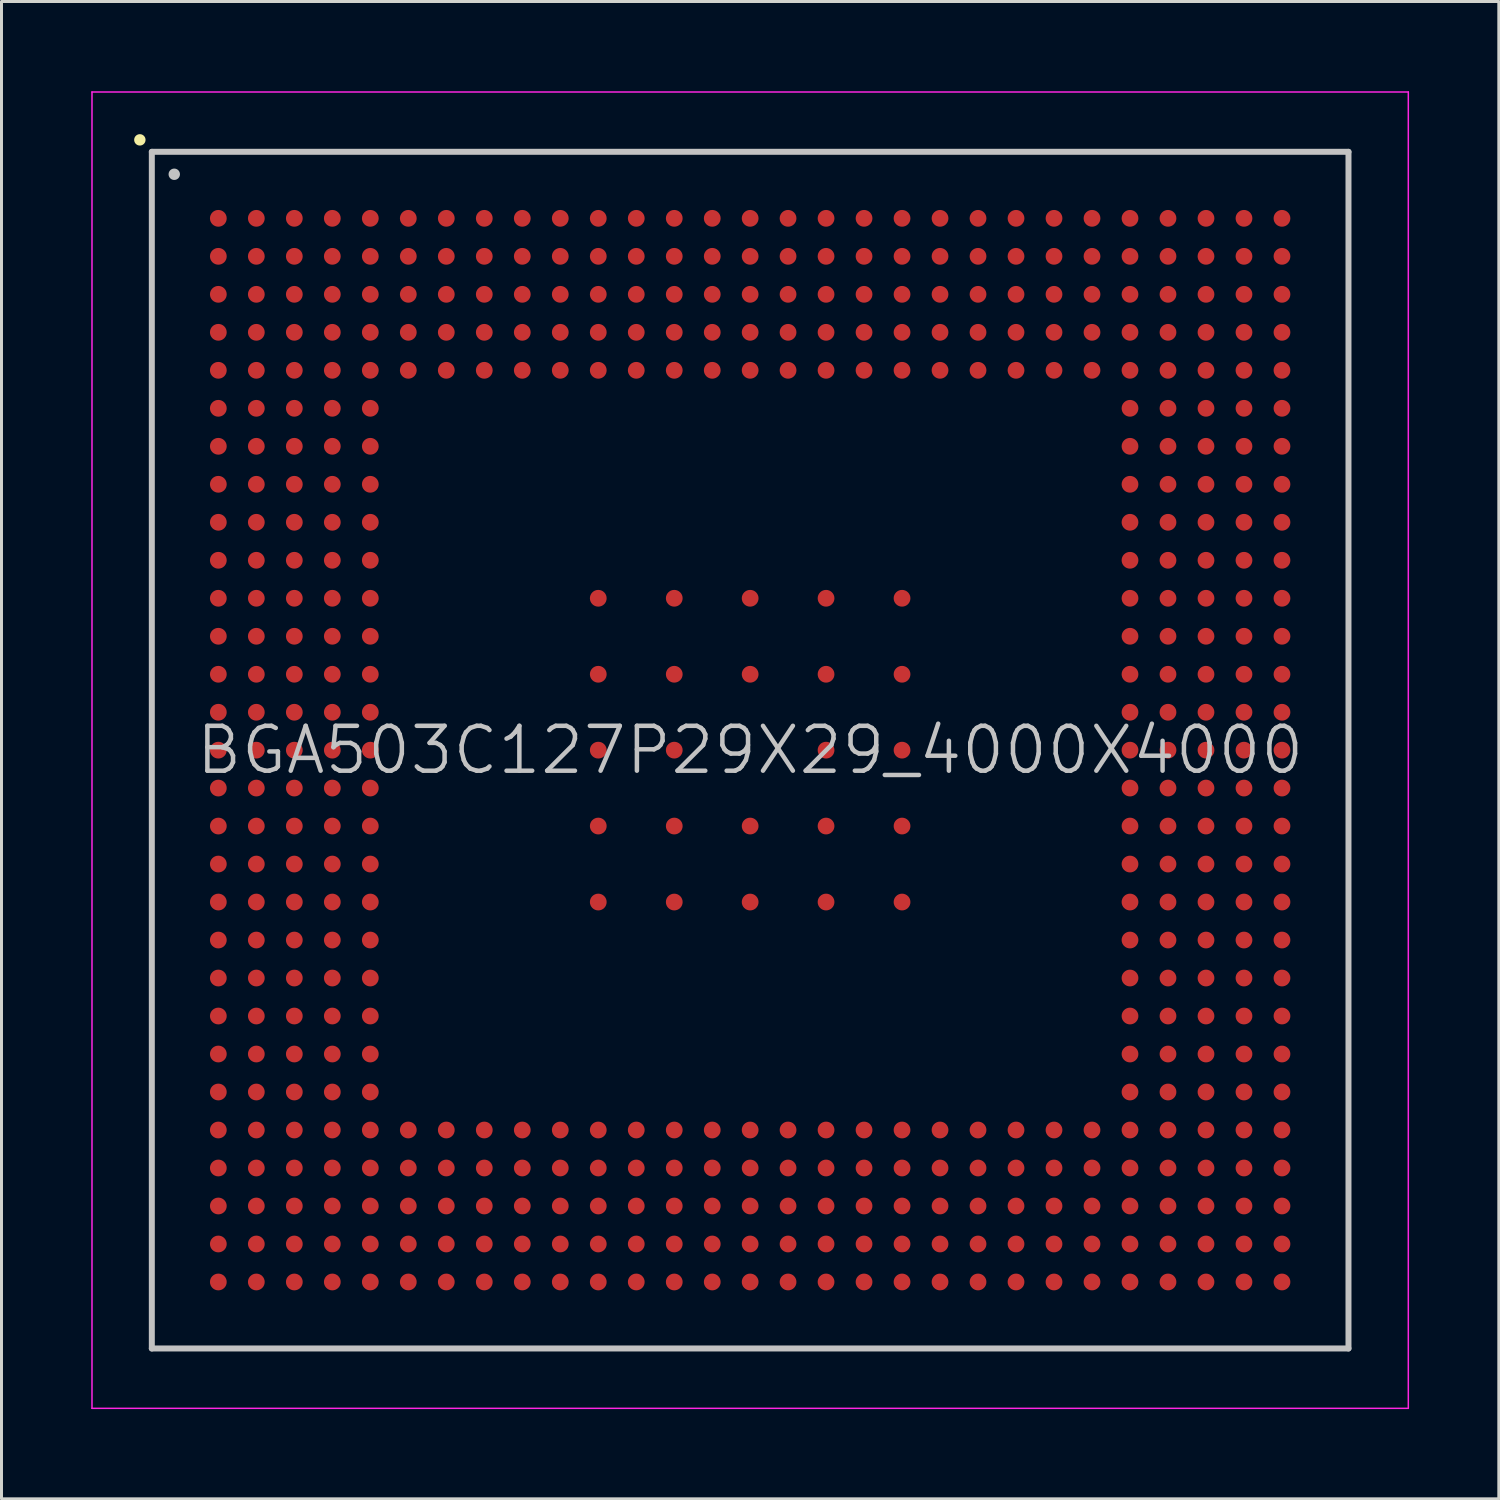
<source format=kicad_pcb>
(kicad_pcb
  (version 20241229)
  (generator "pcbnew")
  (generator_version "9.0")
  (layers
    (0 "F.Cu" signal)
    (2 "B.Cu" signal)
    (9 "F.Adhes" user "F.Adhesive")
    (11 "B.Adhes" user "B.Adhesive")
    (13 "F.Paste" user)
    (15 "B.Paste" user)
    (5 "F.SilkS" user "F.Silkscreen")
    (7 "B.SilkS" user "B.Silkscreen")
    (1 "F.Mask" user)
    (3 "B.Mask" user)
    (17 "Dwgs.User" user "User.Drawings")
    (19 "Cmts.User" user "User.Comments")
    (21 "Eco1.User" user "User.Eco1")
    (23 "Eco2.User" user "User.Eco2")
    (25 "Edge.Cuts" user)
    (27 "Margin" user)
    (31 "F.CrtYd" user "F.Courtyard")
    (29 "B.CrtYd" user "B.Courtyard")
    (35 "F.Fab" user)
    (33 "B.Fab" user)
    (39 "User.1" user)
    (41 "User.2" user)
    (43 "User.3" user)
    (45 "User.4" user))
  (footprint "BGA503C127P29X29_4000X4000"
    (layer "F.Cu")
    (at 22.025 22.025)
    (property "Reference" "BGA503C127P29X29_4000X4000" (at 0 0 0) (layer "Dwgs.User") (effects (font (size 1.5 1.5) (thickness 0.15))))
    (attr smd)
    (fp_line (start -20.4 -20.4) (end -20.4 -20.4) (stroke (width 0.381) (type solid)) (layer "F.SilkS"))
    (fp_line (start -20 -20) (end -20 20) (stroke (width 0.2) (type solid)) (layer "Dwgs.User"))
    (fp_line (start -20 -20) (end 20 -20) (stroke (width 0.2) (type solid)) (layer "Dwgs.User"))
    (fp_line (start -20 20) (end 20 20) (stroke (width 0.2) (type solid)) (layer "Dwgs.User"))
    (fp_line (start -19.25 -19.25) (end -19.25 -19.25) (stroke (width 0.381) (type solid)) (layer "Dwgs.User"))
    (fp_line (start 20 -20) (end 20 20) (stroke (width 0.2) (type solid)) (layer "Dwgs.User"))
    (fp_line (start -22 -22) (end -22 22) (stroke (width 0.05) (type solid)) (layer "F.CrtYd"))
    (fp_line (start -22 -22) (end 22 -22) (stroke (width 0.05) (type solid)) (layer "F.CrtYd"))
    (fp_line (start -22 22) (end 22 22) (stroke (width 0.05) (type solid)) (layer "F.CrtYd"))
    (fp_line (start 22 -22) (end 22 22) (stroke (width 0.05) (type solid)) (layer "F.CrtYd"))
    (pad "A1" smd circle (at -17.777 -17.777 270) (size 0.56 0.56) (layers "F.Cu" "F.Mask" "F.Paste"))
    (pad "A2" smd circle (at -16.507 -17.777 270) (size 0.56 0.56) (layers "F.Cu" "F.Mask" "F.Paste"))
    (pad "A3" smd circle (at -15.237 -17.777 270) (size 0.56 0.56) (layers "F.Cu" "F.Mask" "F.Paste"))
    (pad "A4" smd circle (at -13.967 -17.777 270) (size 0.56 0.56) (layers "F.Cu" "F.Mask" "F.Paste"))
    (pad "A5" smd circle (at -12.697 -17.777 270) (size 0.56 0.56) (layers "F.Cu" "F.Mask" "F.Paste"))
    (pad "A6" smd circle (at -11.427 -17.777 270) (size 0.56 0.56) (layers "F.Cu" "F.Mask" "F.Paste"))
    (pad "A7" smd circle (at -10.157 -17.777 270) (size 0.56 0.56) (layers "F.Cu" "F.Mask" "F.Paste"))
    (pad "A8" smd circle (at -8.887 -17.777 270) (size 0.56 0.56) (layers "F.Cu" "F.Mask" "F.Paste"))
    (pad "A9" smd circle (at -7.617 -17.777 270) (size 0.56 0.56) (layers "F.Cu" "F.Mask" "F.Paste"))
    (pad "A10" smd circle (at -6.347 -17.777 270) (size 0.56 0.56) (layers "F.Cu" "F.Mask" "F.Paste"))
    (pad "A11" smd circle (at -5.077 -17.777 270) (size 0.56 0.56) (layers "F.Cu" "F.Mask" "F.Paste"))
    (pad "A12" smd circle (at -3.807 -17.777 270) (size 0.56 0.56) (layers "F.Cu" "F.Mask" "F.Paste"))
    (pad "A13" smd circle (at -2.537 -17.777 270) (size 0.56 0.56) (layers "F.Cu" "F.Mask" "F.Paste"))
    (pad "A14" smd circle (at -1.267 -17.777 270) (size 0.56 0.56) (layers "F.Cu" "F.Mask" "F.Paste"))
    (pad "A15" smd circle (at 0 -17.777 270) (size 0.56 0.56) (layers "F.Cu" "F.Mask" "F.Paste"))
    (pad "A16" smd circle (at 1.267 -17.777 270) (size 0.56 0.56) (layers "F.Cu" "F.Mask" "F.Paste"))
    (pad "A17" smd circle (at 2.537 -17.777 270) (size 0.56 0.56) (layers "F.Cu" "F.Mask" "F.Paste"))
    (pad "A18" smd circle (at 3.807 -17.777 270) (size 0.56 0.56) (layers "F.Cu" "F.Mask" "F.Paste"))
    (pad "A19" smd circle (at 5.077 -17.777 270) (size 0.56 0.56) (layers "F.Cu" "F.Mask" "F.Paste"))
    (pad "A20" smd circle (at 6.347 -17.777 270) (size 0.56 0.56) (layers "F.Cu" "F.Mask" "F.Paste"))
    (pad "A21" smd circle (at 7.617 -17.777 270) (size 0.56 0.56) (layers "F.Cu" "F.Mask" "F.Paste"))
    (pad "A22" smd circle (at 8.887 -17.777 270) (size 0.56 0.56) (layers "F.Cu" "F.Mask" "F.Paste"))
    (pad "A23" smd circle (at 10.157 -17.777 270) (size 0.56 0.56) (layers "F.Cu" "F.Mask" "F.Paste"))
    (pad "A24" smd circle (at 11.427 -17.777 270) (size 0.56 0.56) (layers "F.Cu" "F.Mask" "F.Paste"))
    (pad "A25" smd circle (at 12.697 -17.777 270) (size 0.56 0.56) (layers "F.Cu" "F.Mask" "F.Paste"))
    (pad "A26" smd circle (at 13.967 -17.777 270) (size 0.56 0.56) (layers "F.Cu" "F.Mask" "F.Paste"))
    (pad "A27" smd circle (at 15.237 -17.777 270) (size 0.56 0.56) (layers "F.Cu" "F.Mask" "F.Paste"))
    (pad "A28" smd circle (at 16.507 -17.777 270) (size 0.56 0.56) (layers "F.Cu" "F.Mask" "F.Paste"))
    (pad "A29" smd circle (at 17.777 -17.777 270) (size 0.56 0.56) (layers "F.Cu" "F.Mask" "F.Paste"))
    (pad "AA1" smd circle (at -17.777 7.617 270) (size 0.56 0.56) (layers "F.Cu" "F.Mask" "F.Paste"))
    (pad "AA2" smd circle (at -16.507 7.617 270) (size 0.56 0.56) (layers "F.Cu" "F.Mask" "F.Paste"))
    (pad "AA3" smd circle (at -15.237 7.617 270) (size 0.56 0.56) (layers "F.Cu" "F.Mask" "F.Paste"))
    (pad "AA4" smd circle (at -13.967 7.617 270) (size 0.56 0.56) (layers "F.Cu" "F.Mask" "F.Paste"))
    (pad "AA5" smd circle (at -12.697 7.617 270) (size 0.56 0.56) (layers "F.Cu" "F.Mask" "F.Paste"))
    (pad "AA25" smd circle (at 12.697 7.617 270) (size 0.56 0.56) (layers "F.Cu" "F.Mask" "F.Paste"))
    (pad "AA26" smd circle (at 13.967 7.617 270) (size 0.56 0.56) (layers "F.Cu" "F.Mask" "F.Paste"))
    (pad "AA27" smd circle (at 15.237 7.617 270) (size 0.56 0.56) (layers "F.Cu" "F.Mask" "F.Paste"))
    (pad "AA28" smd circle (at 16.507 7.617 270) (size 0.56 0.56) (layers "F.Cu" "F.Mask" "F.Paste"))
    (pad "AA29" smd circle (at 17.777 7.617 270) (size 0.56 0.56) (layers "F.Cu" "F.Mask" "F.Paste"))
    (pad "AB1" smd circle (at -17.777 8.887 270) (size 0.56 0.56) (layers "F.Cu" "F.Mask" "F.Paste"))
    (pad "AB2" smd circle (at -16.507 8.887 270) (size 0.56 0.56) (layers "F.Cu" "F.Mask" "F.Paste"))
    (pad "AB3" smd circle (at -15.237 8.887 270) (size 0.56 0.56) (layers "F.Cu" "F.Mask" "F.Paste"))
    (pad "AB4" smd circle (at -13.967 8.887 270) (size 0.56 0.56) (layers "F.Cu" "F.Mask" "F.Paste"))
    (pad "AB5" smd circle (at -12.697 8.887 270) (size 0.56 0.56) (layers "F.Cu" "F.Mask" "F.Paste"))
    (pad "AB25" smd circle (at 12.697 8.887 270) (size 0.56 0.56) (layers "F.Cu" "F.Mask" "F.Paste"))
    (pad "AB26" smd circle (at 13.967 8.887 270) (size 0.56 0.56) (layers "F.Cu" "F.Mask" "F.Paste"))
    (pad "AB27" smd circle (at 15.237 8.887 270) (size 0.56 0.56) (layers "F.Cu" "F.Mask" "F.Paste"))
    (pad "AB28" smd circle (at 16.507 8.887 270) (size 0.56 0.56) (layers "F.Cu" "F.Mask" "F.Paste"))
    (pad "AB29" smd circle (at 17.777 8.887 270) (size 0.56 0.56) (layers "F.Cu" "F.Mask" "F.Paste"))
    (pad "AC1" smd circle (at -17.777 10.157 270) (size 0.56 0.56) (layers "F.Cu" "F.Mask" "F.Paste"))
    (pad "AC2" smd circle (at -16.507 10.157 270) (size 0.56 0.56) (layers "F.Cu" "F.Mask" "F.Paste"))
    (pad "AC3" smd circle (at -15.237 10.157 270) (size 0.56 0.56) (layers "F.Cu" "F.Mask" "F.Paste"))
    (pad "AC4" smd circle (at -13.967 10.157 270) (size 0.56 0.56) (layers "F.Cu" "F.Mask" "F.Paste"))
    (pad "AC5" smd circle (at -12.697 10.157 270) (size 0.56 0.56) (layers "F.Cu" "F.Mask" "F.Paste"))
    (pad "AC25" smd circle (at 12.697 10.157 270) (size 0.56 0.56) (layers "F.Cu" "F.Mask" "F.Paste"))
    (pad "AC26" smd circle (at 13.967 10.157 270) (size 0.56 0.56) (layers "F.Cu" "F.Mask" "F.Paste"))
    (pad "AC27" smd circle (at 15.237 10.157 270) (size 0.56 0.56) (layers "F.Cu" "F.Mask" "F.Paste"))
    (pad "AC28" smd circle (at 16.507 10.157 270) (size 0.56 0.56) (layers "F.Cu" "F.Mask" "F.Paste"))
    (pad "AC29" smd circle (at 17.777 10.157 270) (size 0.56 0.56) (layers "F.Cu" "F.Mask" "F.Paste"))
    (pad "AD1" smd circle (at -17.777 11.427 270) (size 0.56 0.56) (layers "F.Cu" "F.Mask" "F.Paste"))
    (pad "AD2" smd circle (at -16.507 11.427 270) (size 0.56 0.56) (layers "F.Cu" "F.Mask" "F.Paste"))
    (pad "AD3" smd circle (at -15.237 11.427 270) (size 0.56 0.56) (layers "F.Cu" "F.Mask" "F.Paste"))
    (pad "AD4" smd circle (at -13.967 11.427 270) (size 0.56 0.56) (layers "F.Cu" "F.Mask" "F.Paste"))
    (pad "AD5" smd circle (at -12.697 11.427 270) (size 0.56 0.56) (layers "F.Cu" "F.Mask" "F.Paste"))
    (pad "AD25" smd circle (at 12.697 11.427 270) (size 0.56 0.56) (layers "F.Cu" "F.Mask" "F.Paste"))
    (pad "AD26" smd circle (at 13.967 11.427 270) (size 0.56 0.56) (layers "F.Cu" "F.Mask" "F.Paste"))
    (pad "AD27" smd circle (at 15.237 11.427 270) (size 0.56 0.56) (layers "F.Cu" "F.Mask" "F.Paste"))
    (pad "AD28" smd circle (at 16.507 11.427 270) (size 0.56 0.56) (layers "F.Cu" "F.Mask" "F.Paste"))
    (pad "AD29" smd circle (at 17.777 11.427 270) (size 0.56 0.56) (layers "F.Cu" "F.Mask" "F.Paste"))
    (pad "AE1" smd circle (at -17.777 12.697 270) (size 0.56 0.56) (layers "F.Cu" "F.Mask" "F.Paste"))
    (pad "AE2" smd circle (at -16.507 12.697 270) (size 0.56 0.56) (layers "F.Cu" "F.Mask" "F.Paste"))
    (pad "AE3" smd circle (at -15.237 12.697 270) (size 0.56 0.56) (layers "F.Cu" "F.Mask" "F.Paste"))
    (pad "AE4" smd circle (at -13.967 12.697 270) (size 0.56 0.56) (layers "F.Cu" "F.Mask" "F.Paste"))
    (pad "AE5" smd circle (at -12.697 12.697 270) (size 0.56 0.56) (layers "F.Cu" "F.Mask" "F.Paste"))
    (pad "AE6" smd circle (at -11.427 12.697 270) (size 0.56 0.56) (layers "F.Cu" "F.Mask" "F.Paste"))
    (pad "AE7" smd circle (at -10.157 12.697 270) (size 0.56 0.56) (layers "F.Cu" "F.Mask" "F.Paste"))
    (pad "AE8" smd circle (at -8.887 12.697 270) (size 0.56 0.56) (layers "F.Cu" "F.Mask" "F.Paste"))
    (pad "AE9" smd circle (at -7.617 12.697 270) (size 0.56 0.56) (layers "F.Cu" "F.Mask" "F.Paste"))
    (pad "AE10" smd circle (at -6.347 12.697 270) (size 0.56 0.56) (layers "F.Cu" "F.Mask" "F.Paste"))
    (pad "AE11" smd circle (at -5.077 12.697 270) (size 0.56 0.56) (layers "F.Cu" "F.Mask" "F.Paste"))
    (pad "AE12" smd circle (at -3.807 12.697 270) (size 0.56 0.56) (layers "F.Cu" "F.Mask" "F.Paste"))
    (pad "AE13" smd circle (at -2.537 12.697 270) (size 0.56 0.56) (layers "F.Cu" "F.Mask" "F.Paste"))
    (pad "AE14" smd circle (at -1.267 12.697 270) (size 0.56 0.56) (layers "F.Cu" "F.Mask" "F.Paste"))
    (pad "AE15" smd circle (at 0 12.697 270) (size 0.56 0.56) (layers "F.Cu" "F.Mask" "F.Paste"))
    (pad "AE16" smd circle (at 1.267 12.697 270) (size 0.56 0.56) (layers "F.Cu" "F.Mask" "F.Paste"))
    (pad "AE17" smd circle (at 2.537 12.697 270) (size 0.56 0.56) (layers "F.Cu" "F.Mask" "F.Paste"))
    (pad "AE18" smd circle (at 3.807 12.697 270) (size 0.56 0.56) (layers "F.Cu" "F.Mask" "F.Paste"))
    (pad "AE19" smd circle (at 5.077 12.697 270) (size 0.56 0.56) (layers "F.Cu" "F.Mask" "F.Paste"))
    (pad "AE20" smd circle (at 6.347 12.697 270) (size 0.56 0.56) (layers "F.Cu" "F.Mask" "F.Paste"))
    (pad "AE21" smd circle (at 7.617 12.697 270) (size 0.56 0.56) (layers "F.Cu" "F.Mask" "F.Paste"))
    (pad "AE22" smd circle (at 8.887 12.697 270) (size 0.56 0.56) (layers "F.Cu" "F.Mask" "F.Paste"))
    (pad "AE23" smd circle (at 10.157 12.697 270) (size 0.56 0.56) (layers "F.Cu" "F.Mask" "F.Paste"))
    (pad "AE24" smd circle (at 11.427 12.697 270) (size 0.56 0.56) (layers "F.Cu" "F.Mask" "F.Paste"))
    (pad "AE25" smd circle (at 12.697 12.697 270) (size 0.56 0.56) (layers "F.Cu" "F.Mask" "F.Paste"))
    (pad "AE26" smd circle (at 13.967 12.697 270) (size 0.56 0.56) (layers "F.Cu" "F.Mask" "F.Paste"))
    (pad "AE27" smd circle (at 15.237 12.697 270) (size 0.56 0.56) (layers "F.Cu" "F.Mask" "F.Paste"))
    (pad "AE28" smd circle (at 16.507 12.697 270) (size 0.56 0.56) (layers "F.Cu" "F.Mask" "F.Paste"))
    (pad "AE29" smd circle (at 17.777 12.697 270) (size 0.56 0.56) (layers "F.Cu" "F.Mask" "F.Paste"))
    (pad "AF1" smd circle (at -17.777 13.967 270) (size 0.56 0.56) (layers "F.Cu" "F.Mask" "F.Paste"))
    (pad "AF2" smd circle (at -16.507 13.967 270) (size 0.56 0.56) (layers "F.Cu" "F.Mask" "F.Paste"))
    (pad "AF3" smd circle (at -15.237 13.967 270) (size 0.56 0.56) (layers "F.Cu" "F.Mask" "F.Paste"))
    (pad "AF4" smd circle (at -13.967 13.967 270) (size 0.56 0.56) (layers "F.Cu" "F.Mask" "F.Paste"))
    (pad "AF5" smd circle (at -12.697 13.967 270) (size 0.56 0.56) (layers "F.Cu" "F.Mask" "F.Paste"))
    (pad "AF6" smd circle (at -11.427 13.967 270) (size 0.56 0.56) (layers "F.Cu" "F.Mask" "F.Paste"))
    (pad "AF7" smd circle (at -10.157 13.967 270) (size 0.56 0.56) (layers "F.Cu" "F.Mask" "F.Paste"))
    (pad "AF8" smd circle (at -8.887 13.967 270) (size 0.56 0.56) (layers "F.Cu" "F.Mask" "F.Paste"))
    (pad "AF9" smd circle (at -7.617 13.967 270) (size 0.56 0.56) (layers "F.Cu" "F.Mask" "F.Paste"))
    (pad "AF10" smd circle (at -6.347 13.967 270) (size 0.56 0.56) (layers "F.Cu" "F.Mask" "F.Paste"))
    (pad "AF11" smd circle (at -5.077 13.967 270) (size 0.56 0.56) (layers "F.Cu" "F.Mask" "F.Paste"))
    (pad "AF12" smd circle (at -3.807 13.967 270) (size 0.56 0.56) (layers "F.Cu" "F.Mask" "F.Paste"))
    (pad "AF13" smd circle (at -2.537 13.967 270) (size 0.56 0.56) (layers "F.Cu" "F.Mask" "F.Paste"))
    (pad "AF14" smd circle (at -1.267 13.967 270) (size 0.56 0.56) (layers "F.Cu" "F.Mask" "F.Paste"))
    (pad "AF15" smd circle (at 0 13.967 270) (size 0.56 0.56) (layers "F.Cu" "F.Mask" "F.Paste"))
    (pad "AF16" smd circle (at 1.267 13.967 270) (size 0.56 0.56) (layers "F.Cu" "F.Mask" "F.Paste"))
    (pad "AF17" smd circle (at 2.537 13.967 270) (size 0.56 0.56) (layers "F.Cu" "F.Mask" "F.Paste"))
    (pad "AF18" smd circle (at 3.807 13.967 270) (size 0.56 0.56) (layers "F.Cu" "F.Mask" "F.Paste"))
    (pad "AF19" smd circle (at 5.077 13.967 270) (size 0.56 0.56) (layers "F.Cu" "F.Mask" "F.Paste"))
    (pad "AF20" smd circle (at 6.347 13.967 270) (size 0.56 0.56) (layers "F.Cu" "F.Mask" "F.Paste"))
    (pad "AF21" smd circle (at 7.617 13.967 270) (size 0.56 0.56) (layers "F.Cu" "F.Mask" "F.Paste"))
    (pad "AF22" smd circle (at 8.887 13.967 270) (size 0.56 0.56) (layers "F.Cu" "F.Mask" "F.Paste"))
    (pad "AF23" smd circle (at 10.157 13.967 270) (size 0.56 0.56) (layers "F.Cu" "F.Mask" "F.Paste"))
    (pad "AF24" smd circle (at 11.427 13.967 270) (size 0.56 0.56) (layers "F.Cu" "F.Mask" "F.Paste"))
    (pad "AF25" smd circle (at 12.697 13.967 270) (size 0.56 0.56) (layers "F.Cu" "F.Mask" "F.Paste"))
    (pad "AF26" smd circle (at 13.967 13.967 270) (size 0.56 0.56) (layers "F.Cu" "F.Mask" "F.Paste"))
    (pad "AF27" smd circle (at 15.237 13.967 270) (size 0.56 0.56) (layers "F.Cu" "F.Mask" "F.Paste"))
    (pad "AF28" smd circle (at 16.507 13.967 270) (size 0.56 0.56) (layers "F.Cu" "F.Mask" "F.Paste"))
    (pad "AF29" smd circle (at 17.777 13.967 270) (size 0.56 0.56) (layers "F.Cu" "F.Mask" "F.Paste"))
    (pad "AG1" smd circle (at -17.777 15.237 270) (size 0.56 0.56) (layers "F.Cu" "F.Mask" "F.Paste"))
    (pad "AG2" smd circle (at -16.507 15.237 270) (size 0.56 0.56) (layers "F.Cu" "F.Mask" "F.Paste"))
    (pad "AG3" smd circle (at -15.237 15.237 270) (size 0.56 0.56) (layers "F.Cu" "F.Mask" "F.Paste"))
    (pad "AG4" smd circle (at -13.967 15.237 270) (size 0.56 0.56) (layers "F.Cu" "F.Mask" "F.Paste"))
    (pad "AG5" smd circle (at -12.697 15.237 270) (size 0.56 0.56) (layers "F.Cu" "F.Mask" "F.Paste"))
    (pad "AG6" smd circle (at -11.427 15.237 270) (size 0.56 0.56) (layers "F.Cu" "F.Mask" "F.Paste"))
    (pad "AG7" smd circle (at -10.157 15.237 270) (size 0.56 0.56) (layers "F.Cu" "F.Mask" "F.Paste"))
    (pad "AG8" smd circle (at -8.887 15.237 270) (size 0.56 0.56) (layers "F.Cu" "F.Mask" "F.Paste"))
    (pad "AG9" smd circle (at -7.617 15.237 270) (size 0.56 0.56) (layers "F.Cu" "F.Mask" "F.Paste"))
    (pad "AG10" smd circle (at -6.347 15.237 270) (size 0.56 0.56) (layers "F.Cu" "F.Mask" "F.Paste"))
    (pad "AG11" smd circle (at -5.077 15.237 270) (size 0.56 0.56) (layers "F.Cu" "F.Mask" "F.Paste"))
    (pad "AG12" smd circle (at -3.807 15.237 270) (size 0.56 0.56) (layers "F.Cu" "F.Mask" "F.Paste"))
    (pad "AG13" smd circle (at -2.537 15.237 270) (size 0.56 0.56) (layers "F.Cu" "F.Mask" "F.Paste"))
    (pad "AG14" smd circle (at -1.267 15.237 270) (size 0.56 0.56) (layers "F.Cu" "F.Mask" "F.Paste"))
    (pad "AG15" smd circle (at 0 15.237 270) (size 0.56 0.56) (layers "F.Cu" "F.Mask" "F.Paste"))
    (pad "AG16" smd circle (at 1.267 15.237 270) (size 0.56 0.56) (layers "F.Cu" "F.Mask" "F.Paste"))
    (pad "AG17" smd circle (at 2.537 15.237 270) (size 0.56 0.56) (layers "F.Cu" "F.Mask" "F.Paste"))
    (pad "AG18" smd circle (at 3.807 15.237 270) (size 0.56 0.56) (layers "F.Cu" "F.Mask" "F.Paste"))
    (pad "AG19" smd circle (at 5.077 15.237 270) (size 0.56 0.56) (layers "F.Cu" "F.Mask" "F.Paste"))
    (pad "AG20" smd circle (at 6.347 15.237 270) (size 0.56 0.56) (layers "F.Cu" "F.Mask" "F.Paste"))
    (pad "AG21" smd circle (at 7.617 15.237 270) (size 0.56 0.56) (layers "F.Cu" "F.Mask" "F.Paste"))
    (pad "AG22" smd circle (at 8.887 15.237 270) (size 0.56 0.56) (layers "F.Cu" "F.Mask" "F.Paste"))
    (pad "AG23" smd circle (at 10.157 15.237 270) (size 0.56 0.56) (layers "F.Cu" "F.Mask" "F.Paste"))
    (pad "AG24" smd circle (at 11.427 15.237 270) (size 0.56 0.56) (layers "F.Cu" "F.Mask" "F.Paste"))
    (pad "AG25" smd circle (at 12.697 15.237 270) (size 0.56 0.56) (layers "F.Cu" "F.Mask" "F.Paste"))
    (pad "AG26" smd circle (at 13.967 15.237 270) (size 0.56 0.56) (layers "F.Cu" "F.Mask" "F.Paste"))
    (pad "AG27" smd circle (at 15.237 15.237 270) (size 0.56 0.56) (layers "F.Cu" "F.Mask" "F.Paste"))
    (pad "AG28" smd circle (at 16.507 15.237 270) (size 0.56 0.56) (layers "F.Cu" "F.Mask" "F.Paste"))
    (pad "AG29" smd circle (at 17.777 15.237 270) (size 0.56 0.56) (layers "F.Cu" "F.Mask" "F.Paste"))
    (pad "AH1" smd circle (at -17.777 16.507 270) (size 0.56 0.56) (layers "F.Cu" "F.Mask" "F.Paste"))
    (pad "AH2" smd circle (at -16.507 16.507 270) (size 0.56 0.56) (layers "F.Cu" "F.Mask" "F.Paste"))
    (pad "AH3" smd circle (at -15.237 16.507 270) (size 0.56 0.56) (layers "F.Cu" "F.Mask" "F.Paste"))
    (pad "AH4" smd circle (at -13.967 16.507 270) (size 0.56 0.56) (layers "F.Cu" "F.Mask" "F.Paste"))
    (pad "AH5" smd circle (at -12.697 16.507 270) (size 0.56 0.56) (layers "F.Cu" "F.Mask" "F.Paste"))
    (pad "AH6" smd circle (at -11.427 16.507 270) (size 0.56 0.56) (layers "F.Cu" "F.Mask" "F.Paste"))
    (pad "AH7" smd circle (at -10.157 16.507 270) (size 0.56 0.56) (layers "F.Cu" "F.Mask" "F.Paste"))
    (pad "AH8" smd circle (at -8.887 16.507 270) (size 0.56 0.56) (layers "F.Cu" "F.Mask" "F.Paste"))
    (pad "AH9" smd circle (at -7.617 16.507 270) (size 0.56 0.56) (layers "F.Cu" "F.Mask" "F.Paste"))
    (pad "AH10" smd circle (at -6.347 16.507 270) (size 0.56 0.56) (layers "F.Cu" "F.Mask" "F.Paste"))
    (pad "AH11" smd circle (at -5.077 16.507 270) (size 0.56 0.56) (layers "F.Cu" "F.Mask" "F.Paste"))
    (pad "AH12" smd circle (at -3.807 16.507 270) (size 0.56 0.56) (layers "F.Cu" "F.Mask" "F.Paste"))
    (pad "AH13" smd circle (at -2.537 16.507 270) (size 0.56 0.56) (layers "F.Cu" "F.Mask" "F.Paste"))
    (pad "AH14" smd circle (at -1.267 16.507 270) (size 0.56 0.56) (layers "F.Cu" "F.Mask" "F.Paste"))
    (pad "AH15" smd circle (at 0 16.507 270) (size 0.56 0.56) (layers "F.Cu" "F.Mask" "F.Paste"))
    (pad "AH16" smd circle (at 1.267 16.507 270) (size 0.56 0.56) (layers "F.Cu" "F.Mask" "F.Paste"))
    (pad "AH17" smd circle (at 2.537 16.507 270) (size 0.56 0.56) (layers "F.Cu" "F.Mask" "F.Paste"))
    (pad "AH18" smd circle (at 3.807 16.507 270) (size 0.56 0.56) (layers "F.Cu" "F.Mask" "F.Paste"))
    (pad "AH19" smd circle (at 5.077 16.507 270) (size 0.56 0.56) (layers "F.Cu" "F.Mask" "F.Paste"))
    (pad "AH20" smd circle (at 6.347 16.507 270) (size 0.56 0.56) (layers "F.Cu" "F.Mask" "F.Paste"))
    (pad "AH21" smd circle (at 7.617 16.507 270) (size 0.56 0.56) (layers "F.Cu" "F.Mask" "F.Paste"))
    (pad "AH22" smd circle (at 8.887 16.507 270) (size 0.56 0.56) (layers "F.Cu" "F.Mask" "F.Paste"))
    (pad "AH23" smd circle (at 10.157 16.507 270) (size 0.56 0.56) (layers "F.Cu" "F.Mask" "F.Paste"))
    (pad "AH24" smd circle (at 11.427 16.507 270) (size 0.56 0.56) (layers "F.Cu" "F.Mask" "F.Paste"))
    (pad "AH25" smd circle (at 12.697 16.507 270) (size 0.56 0.56) (layers "F.Cu" "F.Mask" "F.Paste"))
    (pad "AH26" smd circle (at 13.967 16.507 270) (size 0.56 0.56) (layers "F.Cu" "F.Mask" "F.Paste"))
    (pad "AH27" smd circle (at 15.237 16.507 270) (size 0.56 0.56) (layers "F.Cu" "F.Mask" "F.Paste"))
    (pad "AH28" smd circle (at 16.507 16.507 270) (size 0.56 0.56) (layers "F.Cu" "F.Mask" "F.Paste"))
    (pad "AH29" smd circle (at 17.777 16.507 270) (size 0.56 0.56) (layers "F.Cu" "F.Mask" "F.Paste"))
    (pad "AJ1" smd circle (at -17.777 17.777 270) (size 0.56 0.56) (layers "F.Cu" "F.Mask" "F.Paste"))
    (pad "AJ2" smd circle (at -16.507 17.777 270) (size 0.56 0.56) (layers "F.Cu" "F.Mask" "F.Paste"))
    (pad "AJ3" smd circle (at -15.237 17.777 270) (size 0.56 0.56) (layers "F.Cu" "F.Mask" "F.Paste"))
    (pad "AJ4" smd circle (at -13.967 17.777 270) (size 0.56 0.56) (layers "F.Cu" "F.Mask" "F.Paste"))
    (pad "AJ5" smd circle (at -12.697 17.777 270) (size 0.56 0.56) (layers "F.Cu" "F.Mask" "F.Paste"))
    (pad "AJ6" smd circle (at -11.427 17.777 270) (size 0.56 0.56) (layers "F.Cu" "F.Mask" "F.Paste"))
    (pad "AJ7" smd circle (at -10.157 17.777 270) (size 0.56 0.56) (layers "F.Cu" "F.Mask" "F.Paste"))
    (pad "AJ8" smd circle (at -8.887 17.777 270) (size 0.56 0.56) (layers "F.Cu" "F.Mask" "F.Paste"))
    (pad "AJ9" smd circle (at -7.617 17.777 270) (size 0.56 0.56) (layers "F.Cu" "F.Mask" "F.Paste"))
    (pad "AJ10" smd circle (at -6.347 17.777 270) (size 0.56 0.56) (layers "F.Cu" "F.Mask" "F.Paste"))
    (pad "AJ11" smd circle (at -5.077 17.777 270) (size 0.56 0.56) (layers "F.Cu" "F.Mask" "F.Paste"))
    (pad "AJ12" smd circle (at -3.807 17.777 270) (size 0.56 0.56) (layers "F.Cu" "F.Mask" "F.Paste"))
    (pad "AJ13" smd circle (at -2.537 17.777 270) (size 0.56 0.56) (layers "F.Cu" "F.Mask" "F.Paste"))
    (pad "AJ14" smd circle (at -1.267 17.777 270) (size 0.56 0.56) (layers "F.Cu" "F.Mask" "F.Paste"))
    (pad "AJ15" smd circle (at 0 17.777 270) (size 0.56 0.56) (layers "F.Cu" "F.Mask" "F.Paste"))
    (pad "AJ16" smd circle (at 1.267 17.777 270) (size 0.56 0.56) (layers "F.Cu" "F.Mask" "F.Paste"))
    (pad "AJ17" smd circle (at 2.537 17.777 270) (size 0.56 0.56) (layers "F.Cu" "F.Mask" "F.Paste"))
    (pad "AJ18" smd circle (at 3.807 17.777 270) (size 0.56 0.56) (layers "F.Cu" "F.Mask" "F.Paste"))
    (pad "AJ19" smd circle (at 5.077 17.777 270) (size 0.56 0.56) (layers "F.Cu" "F.Mask" "F.Paste"))
    (pad "AJ20" smd circle (at 6.347 17.777 270) (size 0.56 0.56) (layers "F.Cu" "F.Mask" "F.Paste"))
    (pad "AJ21" smd circle (at 7.617 17.777 270) (size 0.56 0.56) (layers "F.Cu" "F.Mask" "F.Paste"))
    (pad "AJ22" smd circle (at 8.887 17.777 270) (size 0.56 0.56) (layers "F.Cu" "F.Mask" "F.Paste"))
    (pad "AJ23" smd circle (at 10.157 17.777 270) (size 0.56 0.56) (layers "F.Cu" "F.Mask" "F.Paste"))
    (pad "AJ24" smd circle (at 11.427 17.777 270) (size 0.56 0.56) (layers "F.Cu" "F.Mask" "F.Paste"))
    (pad "AJ25" smd circle (at 12.697 17.777 270) (size 0.56 0.56) (layers "F.Cu" "F.Mask" "F.Paste"))
    (pad "AJ26" smd circle (at 13.967 17.777 270) (size 0.56 0.56) (layers "F.Cu" "F.Mask" "F.Paste"))
    (pad "AJ27" smd circle (at 15.237 17.777 270) (size 0.56 0.56) (layers "F.Cu" "F.Mask" "F.Paste"))
    (pad "AJ28" smd circle (at 16.507 17.777 270) (size 0.56 0.56) (layers "F.Cu" "F.Mask" "F.Paste"))
    (pad "AJ29" smd circle (at 17.777 17.777 270) (size 0.56 0.56) (layers "F.Cu" "F.Mask" "F.Paste"))
    (pad "B1" smd circle (at -17.777 -16.507 270) (size 0.56 0.56) (layers "F.Cu" "F.Mask" "F.Paste"))
    (pad "B2" smd circle (at -16.507 -16.507 270) (size 0.56 0.56) (layers "F.Cu" "F.Mask" "F.Paste"))
    (pad "B3" smd circle (at -15.237 -16.507 270) (size 0.56 0.56) (layers "F.Cu" "F.Mask" "F.Paste"))
    (pad "B4" smd circle (at -13.967 -16.507 270) (size 0.56 0.56) (layers "F.Cu" "F.Mask" "F.Paste"))
    (pad "B5" smd circle (at -12.697 -16.507 270) (size 0.56 0.56) (layers "F.Cu" "F.Mask" "F.Paste"))
    (pad "B6" smd circle (at -11.427 -16.507 270) (size 0.56 0.56) (layers "F.Cu" "F.Mask" "F.Paste"))
    (pad "B7" smd circle (at -10.157 -16.507 270) (size 0.56 0.56) (layers "F.Cu" "F.Mask" "F.Paste"))
    (pad "B8" smd circle (at -8.887 -16.507 270) (size 0.56 0.56) (layers "F.Cu" "F.Mask" "F.Paste"))
    (pad "B9" smd circle (at -7.617 -16.507 270) (size 0.56 0.56) (layers "F.Cu" "F.Mask" "F.Paste"))
    (pad "B10" smd circle (at -6.347 -16.507 270) (size 0.56 0.56) (layers "F.Cu" "F.Mask" "F.Paste"))
    (pad "B11" smd circle (at -5.077 -16.507 270) (size 0.56 0.56) (layers "F.Cu" "F.Mask" "F.Paste"))
    (pad "B12" smd circle (at -3.807 -16.507 270) (size 0.56 0.56) (layers "F.Cu" "F.Mask" "F.Paste"))
    (pad "B13" smd circle (at -2.537 -16.507 270) (size 0.56 0.56) (layers "F.Cu" "F.Mask" "F.Paste"))
    (pad "B14" smd circle (at -1.267 -16.507 270) (size 0.56 0.56) (layers "F.Cu" "F.Mask" "F.Paste"))
    (pad "B15" smd circle (at 0 -16.507 270) (size 0.56 0.56) (layers "F.Cu" "F.Mask" "F.Paste"))
    (pad "B16" smd circle (at 1.267 -16.507 270) (size 0.56 0.56) (layers "F.Cu" "F.Mask" "F.Paste"))
    (pad "B17" smd circle (at 2.537 -16.507 270) (size 0.56 0.56) (layers "F.Cu" "F.Mask" "F.Paste"))
    (pad "B18" smd circle (at 3.807 -16.507 270) (size 0.56 0.56) (layers "F.Cu" "F.Mask" "F.Paste"))
    (pad "B19" smd circle (at 5.077 -16.507 270) (size 0.56 0.56) (layers "F.Cu" "F.Mask" "F.Paste"))
    (pad "B20" smd circle (at 6.347 -16.507 270) (size 0.56 0.56) (layers "F.Cu" "F.Mask" "F.Paste"))
    (pad "B21" smd circle (at 7.617 -16.507 270) (size 0.56 0.56) (layers "F.Cu" "F.Mask" "F.Paste"))
    (pad "B22" smd circle (at 8.887 -16.507 270) (size 0.56 0.56) (layers "F.Cu" "F.Mask" "F.Paste"))
    (pad "B23" smd circle (at 10.157 -16.507 270) (size 0.56 0.56) (layers "F.Cu" "F.Mask" "F.Paste"))
    (pad "B24" smd circle (at 11.427 -16.507 270) (size 0.56 0.56) (layers "F.Cu" "F.Mask" "F.Paste"))
    (pad "B25" smd circle (at 12.697 -16.507 270) (size 0.56 0.56) (layers "F.Cu" "F.Mask" "F.Paste"))
    (pad "B26" smd circle (at 13.967 -16.507 270) (size 0.56 0.56) (layers "F.Cu" "F.Mask" "F.Paste"))
    (pad "B27" smd circle (at 15.237 -16.507 270) (size 0.56 0.56) (layers "F.Cu" "F.Mask" "F.Paste"))
    (pad "B28" smd circle (at 16.507 -16.507 270) (size 0.56 0.56) (layers "F.Cu" "F.Mask" "F.Paste"))
    (pad "B29" smd circle (at 17.777 -16.507 270) (size 0.56 0.56) (layers "F.Cu" "F.Mask" "F.Paste"))
    (pad "C1" smd circle (at -17.777 -15.237 270) (size 0.56 0.56) (layers "F.Cu" "F.Mask" "F.Paste"))
    (pad "C2" smd circle (at -16.507 -15.237 270) (size 0.56 0.56) (layers "F.Cu" "F.Mask" "F.Paste"))
    (pad "C3" smd circle (at -15.237 -15.237 270) (size 0.56 0.56) (layers "F.Cu" "F.Mask" "F.Paste"))
    (pad "C4" smd circle (at -13.967 -15.237 270) (size 0.56 0.56) (layers "F.Cu" "F.Mask" "F.Paste"))
    (pad "C5" smd circle (at -12.697 -15.237 270) (size 0.56 0.56) (layers "F.Cu" "F.Mask" "F.Paste"))
    (pad "C6" smd circle (at -11.427 -15.237 270) (size 0.56 0.56) (layers "F.Cu" "F.Mask" "F.Paste"))
    (pad "C7" smd circle (at -10.157 -15.237 270) (size 0.56 0.56) (layers "F.Cu" "F.Mask" "F.Paste"))
    (pad "C8" smd circle (at -8.887 -15.237 270) (size 0.56 0.56) (layers "F.Cu" "F.Mask" "F.Paste"))
    (pad "C9" smd circle (at -7.617 -15.237 270) (size 0.56 0.56) (layers "F.Cu" "F.Mask" "F.Paste"))
    (pad "C10" smd circle (at -6.347 -15.237 270) (size 0.56 0.56) (layers "F.Cu" "F.Mask" "F.Paste"))
    (pad "C11" smd circle (at -5.077 -15.237 270) (size 0.56 0.56) (layers "F.Cu" "F.Mask" "F.Paste"))
    (pad "C12" smd circle (at -3.807 -15.237 270) (size 0.56 0.56) (layers "F.Cu" "F.Mask" "F.Paste"))
    (pad "C13" smd circle (at -2.537 -15.237 270) (size 0.56 0.56) (layers "F.Cu" "F.Mask" "F.Paste"))
    (pad "C14" smd circle (at -1.267 -15.237 270) (size 0.56 0.56) (layers "F.Cu" "F.Mask" "F.Paste"))
    (pad "C15" smd circle (at 0 -15.237 270) (size 0.56 0.56) (layers "F.Cu" "F.Mask" "F.Paste"))
    (pad "C16" smd circle (at 1.267 -15.237 270) (size 0.56 0.56) (layers "F.Cu" "F.Mask" "F.Paste"))
    (pad "C17" smd circle (at 2.537 -15.237 270) (size 0.56 0.56) (layers "F.Cu" "F.Mask" "F.Paste"))
    (pad "C18" smd circle (at 3.807 -15.237 270) (size 0.56 0.56) (layers "F.Cu" "F.Mask" "F.Paste"))
    (pad "C19" smd circle (at 5.077 -15.237 270) (size 0.56 0.56) (layers "F.Cu" "F.Mask" "F.Paste"))
    (pad "C20" smd circle (at 6.347 -15.237 270) (size 0.56 0.56) (layers "F.Cu" "F.Mask" "F.Paste"))
    (pad "C21" smd circle (at 7.617 -15.237 270) (size 0.56 0.56) (layers "F.Cu" "F.Mask" "F.Paste"))
    (pad "C22" smd circle (at 8.887 -15.237 270) (size 0.56 0.56) (layers "F.Cu" "F.Mask" "F.Paste"))
    (pad "C23" smd circle (at 10.157 -15.237 270) (size 0.56 0.56) (layers "F.Cu" "F.Mask" "F.Paste"))
    (pad "C24" smd circle (at 11.427 -15.237 270) (size 0.56 0.56) (layers "F.Cu" "F.Mask" "F.Paste"))
    (pad "C25" smd circle (at 12.697 -15.237 270) (size 0.56 0.56) (layers "F.Cu" "F.Mask" "F.Paste"))
    (pad "C26" smd circle (at 13.967 -15.237 270) (size 0.56 0.56) (layers "F.Cu" "F.Mask" "F.Paste"))
    (pad "C27" smd circle (at 15.237 -15.237 270) (size 0.56 0.56) (layers "F.Cu" "F.Mask" "F.Paste"))
    (pad "C28" smd circle (at 16.507 -15.237 270) (size 0.56 0.56) (layers "F.Cu" "F.Mask" "F.Paste"))
    (pad "C29" smd circle (at 17.777 -15.237 270) (size 0.56 0.56) (layers "F.Cu" "F.Mask" "F.Paste"))
    (pad "D1" smd circle (at -17.777 -13.967 270) (size 0.56 0.56) (layers "F.Cu" "F.Mask" "F.Paste"))
    (pad "D2" smd circle (at -16.507 -13.967 270) (size 0.56 0.56) (layers "F.Cu" "F.Mask" "F.Paste"))
    (pad "D3" smd circle (at -15.237 -13.967 270) (size 0.56 0.56) (layers "F.Cu" "F.Mask" "F.Paste"))
    (pad "D4" smd circle (at -13.967 -13.967 270) (size 0.56 0.56) (layers "F.Cu" "F.Mask" "F.Paste"))
    (pad "D5" smd circle (at -12.697 -13.967 270) (size 0.56 0.56) (layers "F.Cu" "F.Mask" "F.Paste"))
    (pad "D6" smd circle (at -11.427 -13.967 270) (size 0.56 0.56) (layers "F.Cu" "F.Mask" "F.Paste"))
    (pad "D7" smd circle (at -10.157 -13.967 270) (size 0.56 0.56) (layers "F.Cu" "F.Mask" "F.Paste"))
    (pad "D8" smd circle (at -8.887 -13.967 270) (size 0.56 0.56) (layers "F.Cu" "F.Mask" "F.Paste"))
    (pad "D9" smd circle (at -7.617 -13.967 270) (size 0.56 0.56) (layers "F.Cu" "F.Mask" "F.Paste"))
    (pad "D10" smd circle (at -6.347 -13.967 270) (size 0.56 0.56) (layers "F.Cu" "F.Mask" "F.Paste"))
    (pad "D11" smd circle (at -5.077 -13.967 270) (size 0.56 0.56) (layers "F.Cu" "F.Mask" "F.Paste"))
    (pad "D12" smd circle (at -3.807 -13.967 270) (size 0.56 0.56) (layers "F.Cu" "F.Mask" "F.Paste"))
    (pad "D13" smd circle (at -2.537 -13.967 270) (size 0.56 0.56) (layers "F.Cu" "F.Mask" "F.Paste"))
    (pad "D14" smd circle (at -1.267 -13.967 270) (size 0.56 0.56) (layers "F.Cu" "F.Mask" "F.Paste"))
    (pad "D15" smd circle (at 0 -13.967 270) (size 0.56 0.56) (layers "F.Cu" "F.Mask" "F.Paste"))
    (pad "D16" smd circle (at 1.267 -13.967 270) (size 0.56 0.56) (layers "F.Cu" "F.Mask" "F.Paste"))
    (pad "D17" smd circle (at 2.537 -13.967 270) (size 0.56 0.56) (layers "F.Cu" "F.Mask" "F.Paste"))
    (pad "D18" smd circle (at 3.807 -13.967 270) (size 0.56 0.56) (layers "F.Cu" "F.Mask" "F.Paste"))
    (pad "D19" smd circle (at 5.077 -13.967 270) (size 0.56 0.56) (layers "F.Cu" "F.Mask" "F.Paste"))
    (pad "D20" smd circle (at 6.347 -13.967 270) (size 0.56 0.56) (layers "F.Cu" "F.Mask" "F.Paste"))
    (pad "D21" smd circle (at 7.617 -13.967 270) (size 0.56 0.56) (layers "F.Cu" "F.Mask" "F.Paste"))
    (pad "D22" smd circle (at 8.887 -13.967 270) (size 0.56 0.56) (layers "F.Cu" "F.Mask" "F.Paste"))
    (pad "D23" smd circle (at 10.157 -13.967 270) (size 0.56 0.56) (layers "F.Cu" "F.Mask" "F.Paste"))
    (pad "D24" smd circle (at 11.427 -13.967 270) (size 0.56 0.56) (layers "F.Cu" "F.Mask" "F.Paste"))
    (pad "D25" smd circle (at 12.697 -13.967 270) (size 0.56 0.56) (layers "F.Cu" "F.Mask" "F.Paste"))
    (pad "D26" smd circle (at 13.967 -13.967 270) (size 0.56 0.56) (layers "F.Cu" "F.Mask" "F.Paste"))
    (pad "D27" smd circle (at 15.237 -13.967 270) (size 0.56 0.56) (layers "F.Cu" "F.Mask" "F.Paste"))
    (pad "D28" smd circle (at 16.507 -13.967 270) (size 0.56 0.56) (layers "F.Cu" "F.Mask" "F.Paste"))
    (pad "D29" smd circle (at 17.777 -13.967 270) (size 0.56 0.56) (layers "F.Cu" "F.Mask" "F.Paste"))
    (pad "E1" smd circle (at -17.777 -12.697 270) (size 0.56 0.56) (layers "F.Cu" "F.Mask" "F.Paste"))
    (pad "E2" smd circle (at -16.507 -12.697 270) (size 0.56 0.56) (layers "F.Cu" "F.Mask" "F.Paste"))
    (pad "E3" smd circle (at -15.237 -12.697 270) (size 0.56 0.56) (layers "F.Cu" "F.Mask" "F.Paste"))
    (pad "E4" smd circle (at -13.967 -12.697 270) (size 0.56 0.56) (layers "F.Cu" "F.Mask" "F.Paste"))
    (pad "E5" smd circle (at -12.697 -12.697 270) (size 0.56 0.56) (layers "F.Cu" "F.Mask" "F.Paste"))
    (pad "E6" smd circle (at -11.427 -12.697 270) (size 0.56 0.56) (layers "F.Cu" "F.Mask" "F.Paste"))
    (pad "E7" smd circle (at -10.157 -12.697 270) (size 0.56 0.56) (layers "F.Cu" "F.Mask" "F.Paste"))
    (pad "E8" smd circle (at -8.887 -12.697 270) (size 0.56 0.56) (layers "F.Cu" "F.Mask" "F.Paste"))
    (pad "E9" smd circle (at -7.617 -12.697 270) (size 0.56 0.56) (layers "F.Cu" "F.Mask" "F.Paste"))
    (pad "E10" smd circle (at -6.347 -12.697 270) (size 0.56 0.56) (layers "F.Cu" "F.Mask" "F.Paste"))
    (pad "E11" smd circle (at -5.077 -12.697 270) (size 0.56 0.56) (layers "F.Cu" "F.Mask" "F.Paste"))
    (pad "E12" smd circle (at -3.807 -12.697 270) (size 0.56 0.56) (layers "F.Cu" "F.Mask" "F.Paste"))
    (pad "E13" smd circle (at -2.537 -12.697 270) (size 0.56 0.56) (layers "F.Cu" "F.Mask" "F.Paste"))
    (pad "E14" smd circle (at -1.267 -12.697 270) (size 0.56 0.56) (layers "F.Cu" "F.Mask" "F.Paste"))
    (pad "E15" smd circle (at 0 -12.697 270) (size 0.56 0.56) (layers "F.Cu" "F.Mask" "F.Paste"))
    (pad "E16" smd circle (at 1.267 -12.697 270) (size 0.56 0.56) (layers "F.Cu" "F.Mask" "F.Paste"))
    (pad "E17" smd circle (at 2.537 -12.697 270) (size 0.56 0.56) (layers "F.Cu" "F.Mask" "F.Paste"))
    (pad "E18" smd circle (at 3.807 -12.697 270) (size 0.56 0.56) (layers "F.Cu" "F.Mask" "F.Paste"))
    (pad "E19" smd circle (at 5.077 -12.697 270) (size 0.56 0.56) (layers "F.Cu" "F.Mask" "F.Paste"))
    (pad "E20" smd circle (at 6.347 -12.697 270) (size 0.56 0.56) (layers "F.Cu" "F.Mask" "F.Paste"))
    (pad "E21" smd circle (at 7.617 -12.697 270) (size 0.56 0.56) (layers "F.Cu" "F.Mask" "F.Paste"))
    (pad "E22" smd circle (at 8.887 -12.697 270) (size 0.56 0.56) (layers "F.Cu" "F.Mask" "F.Paste"))
    (pad "E23" smd circle (at 10.157 -12.697 270) (size 0.56 0.56) (layers "F.Cu" "F.Mask" "F.Paste"))
    (pad "E24" smd circle (at 11.427 -12.697 270) (size 0.56 0.56) (layers "F.Cu" "F.Mask" "F.Paste"))
    (pad "E25" smd circle (at 12.697 -12.697 270) (size 0.56 0.56) (layers "F.Cu" "F.Mask" "F.Paste"))
    (pad "E26" smd circle (at 13.967 -12.697 270) (size 0.56 0.56) (layers "F.Cu" "F.Mask" "F.Paste"))
    (pad "E27" smd circle (at 15.237 -12.697 270) (size 0.56 0.56) (layers "F.Cu" "F.Mask" "F.Paste"))
    (pad "E28" smd circle (at 16.507 -12.697 270) (size 0.56 0.56) (layers "F.Cu" "F.Mask" "F.Paste"))
    (pad "E29" smd circle (at 17.777 -12.697 270) (size 0.56 0.56) (layers "F.Cu" "F.Mask" "F.Paste"))
    (pad "F1" smd circle (at -17.777 -11.427 270) (size 0.56 0.56) (layers "F.Cu" "F.Mask" "F.Paste"))
    (pad "F2" smd circle (at -16.507 -11.427 270) (size 0.56 0.56) (layers "F.Cu" "F.Mask" "F.Paste"))
    (pad "F3" smd circle (at -15.237 -11.427 270) (size 0.56 0.56) (layers "F.Cu" "F.Mask" "F.Paste"))
    (pad "F4" smd circle (at -13.967 -11.427 270) (size 0.56 0.56) (layers "F.Cu" "F.Mask" "F.Paste"))
    (pad "F5" smd circle (at -12.697 -11.427 270) (size 0.56 0.56) (layers "F.Cu" "F.Mask" "F.Paste"))
    (pad "F25" smd circle (at 12.697 -11.427 270) (size 0.56 0.56) (layers "F.Cu" "F.Mask" "F.Paste"))
    (pad "F26" smd circle (at 13.967 -11.427 270) (size 0.56 0.56) (layers "F.Cu" "F.Mask" "F.Paste"))
    (pad "F27" smd circle (at 15.237 -11.427 270) (size 0.56 0.56) (layers "F.Cu" "F.Mask" "F.Paste"))
    (pad "F28" smd circle (at 16.507 -11.427 270) (size 0.56 0.56) (layers "F.Cu" "F.Mask" "F.Paste"))
    (pad "F29" smd circle (at 17.777 -11.427 270) (size 0.56 0.56) (layers "F.Cu" "F.Mask" "F.Paste"))
    (pad "G1" smd circle (at -17.777 -10.157 270) (size 0.56 0.56) (layers "F.Cu" "F.Mask" "F.Paste"))
    (pad "G2" smd circle (at -16.507 -10.157 270) (size 0.56 0.56) (layers "F.Cu" "F.Mask" "F.Paste"))
    (pad "G3" smd circle (at -15.237 -10.157 270) (size 0.56 0.56) (layers "F.Cu" "F.Mask" "F.Paste"))
    (pad "G4" smd circle (at -13.967 -10.157 270) (size 0.56 0.56) (layers "F.Cu" "F.Mask" "F.Paste"))
    (pad "G5" smd circle (at -12.697 -10.157 270) (size 0.56 0.56) (layers "F.Cu" "F.Mask" "F.Paste"))
    (pad "G25" smd circle (at 12.697 -10.157 270) (size 0.56 0.56) (layers "F.Cu" "F.Mask" "F.Paste"))
    (pad "G26" smd circle (at 13.967 -10.157 270) (size 0.56 0.56) (layers "F.Cu" "F.Mask" "F.Paste"))
    (pad "G27" smd circle (at 15.237 -10.157 270) (size 0.56 0.56) (layers "F.Cu" "F.Mask" "F.Paste"))
    (pad "G28" smd circle (at 16.507 -10.157 270) (size 0.56 0.56) (layers "F.Cu" "F.Mask" "F.Paste"))
    (pad "G29" smd circle (at 17.777 -10.157 270) (size 0.56 0.56) (layers "F.Cu" "F.Mask" "F.Paste"))
    (pad "H1" smd circle (at -17.777 -8.887 270) (size 0.56 0.56) (layers "F.Cu" "F.Mask" "F.Paste"))
    (pad "H2" smd circle (at -16.507 -8.887 270) (size 0.56 0.56) (layers "F.Cu" "F.Mask" "F.Paste"))
    (pad "H3" smd circle (at -15.237 -8.887 270) (size 0.56 0.56) (layers "F.Cu" "F.Mask" "F.Paste"))
    (pad "H4" smd circle (at -13.967 -8.887 270) (size 0.56 0.56) (layers "F.Cu" "F.Mask" "F.Paste"))
    (pad "H5" smd circle (at -12.697 -8.887 270) (size 0.56 0.56) (layers "F.Cu" "F.Mask" "F.Paste"))
    (pad "H25" smd circle (at 12.697 -8.887 270) (size 0.56 0.56) (layers "F.Cu" "F.Mask" "F.Paste"))
    (pad "H26" smd circle (at 13.967 -8.887 270) (size 0.56 0.56) (layers "F.Cu" "F.Mask" "F.Paste"))
    (pad "H27" smd circle (at 15.237 -8.887 270) (size 0.56 0.56) (layers "F.Cu" "F.Mask" "F.Paste"))
    (pad "H28" smd circle (at 16.507 -8.887 270) (size 0.56 0.56) (layers "F.Cu" "F.Mask" "F.Paste"))
    (pad "H29" smd circle (at 17.777 -8.887 270) (size 0.56 0.56) (layers "F.Cu" "F.Mask" "F.Paste"))
    (pad "J1" smd circle (at -17.777 -7.617 270) (size 0.56 0.56) (layers "F.Cu" "F.Mask" "F.Paste"))
    (pad "J2" smd circle (at -16.507 -7.617 270) (size 0.56 0.56) (layers "F.Cu" "F.Mask" "F.Paste"))
    (pad "J3" smd circle (at -15.237 -7.617 270) (size 0.56 0.56) (layers "F.Cu" "F.Mask" "F.Paste"))
    (pad "J4" smd circle (at -13.967 -7.617 270) (size 0.56 0.56) (layers "F.Cu" "F.Mask" "F.Paste"))
    (pad "J5" smd circle (at -12.697 -7.617 270) (size 0.56 0.56) (layers "F.Cu" "F.Mask" "F.Paste"))
    (pad "J25" smd circle (at 12.697 -7.617 270) (size 0.56 0.56) (layers "F.Cu" "F.Mask" "F.Paste"))
    (pad "J26" smd circle (at 13.967 -7.617 270) (size 0.56 0.56) (layers "F.Cu" "F.Mask" "F.Paste"))
    (pad "J27" smd circle (at 15.237 -7.617 270) (size 0.56 0.56) (layers "F.Cu" "F.Mask" "F.Paste"))
    (pad "J28" smd circle (at 16.507 -7.617 270) (size 0.56 0.56) (layers "F.Cu" "F.Mask" "F.Paste"))
    (pad "J29" smd circle (at 17.777 -7.617 270) (size 0.56 0.56) (layers "F.Cu" "F.Mask" "F.Paste"))
    (pad "K1" smd circle (at -17.777 -6.347 270) (size 0.56 0.56) (layers "F.Cu" "F.Mask" "F.Paste"))
    (pad "K2" smd circle (at -16.507 -6.347 270) (size 0.56 0.56) (layers "F.Cu" "F.Mask" "F.Paste"))
    (pad "K3" smd circle (at -15.237 -6.347 270) (size 0.56 0.56) (layers "F.Cu" "F.Mask" "F.Paste"))
    (pad "K4" smd circle (at -13.967 -6.347 270) (size 0.56 0.56) (layers "F.Cu" "F.Mask" "F.Paste"))
    (pad "K5" smd circle (at -12.697 -6.347 270) (size 0.56 0.56) (layers "F.Cu" "F.Mask" "F.Paste"))
    (pad "K25" smd circle (at 12.697 -6.347 270) (size 0.56 0.56) (layers "F.Cu" "F.Mask" "F.Paste"))
    (pad "K26" smd circle (at 13.967 -6.347 270) (size 0.56 0.56) (layers "F.Cu" "F.Mask" "F.Paste"))
    (pad "K27" smd circle (at 15.237 -6.347 270) (size 0.56 0.56) (layers "F.Cu" "F.Mask" "F.Paste"))
    (pad "K28" smd circle (at 16.507 -6.347 270) (size 0.56 0.56) (layers "F.Cu" "F.Mask" "F.Paste"))
    (pad "K29" smd circle (at 17.777 -6.347 270) (size 0.56 0.56) (layers "F.Cu" "F.Mask" "F.Paste"))
    (pad "L1" smd circle (at -17.777 -5.077 270) (size 0.56 0.56) (layers "F.Cu" "F.Mask" "F.Paste"))
    (pad "L2" smd circle (at -16.507 -5.077 270) (size 0.56 0.56) (layers "F.Cu" "F.Mask" "F.Paste"))
    (pad "L3" smd circle (at -15.237 -5.077 270) (size 0.56 0.56) (layers "F.Cu" "F.Mask" "F.Paste"))
    (pad "L4" smd circle (at -13.967 -5.077 270) (size 0.56 0.56) (layers "F.Cu" "F.Mask" "F.Paste"))
    (pad "L5" smd circle (at -12.697 -5.077 270) (size 0.56 0.56) (layers "F.Cu" "F.Mask" "F.Paste"))
    (pad "L11" smd circle (at -5.077 -5.077 270) (size 0.56 0.56) (layers "F.Cu" "F.Mask" "F.Paste"))
    (pad "L13" smd circle (at -2.537 -5.077 270) (size 0.56 0.56) (layers "F.Cu" "F.Mask" "F.Paste"))
    (pad "L15" smd circle (at 0 -5.077 270) (size 0.56 0.56) (layers "F.Cu" "F.Mask" "F.Paste"))
    (pad "L17" smd circle (at 2.537 -5.077 270) (size 0.56 0.56) (layers "F.Cu" "F.Mask" "F.Paste"))
    (pad "L19" smd circle (at 5.077 -5.077 270) (size 0.56 0.56) (layers "F.Cu" "F.Mask" "F.Paste"))
    (pad "L25" smd circle (at 12.697 -5.077 270) (size 0.56 0.56) (layers "F.Cu" "F.Mask" "F.Paste"))
    (pad "L26" smd circle (at 13.967 -5.077 270) (size 0.56 0.56) (layers "F.Cu" "F.Mask" "F.Paste"))
    (pad "L27" smd circle (at 15.237 -5.077 270) (size 0.56 0.56) (layers "F.Cu" "F.Mask" "F.Paste"))
    (pad "L28" smd circle (at 16.507 -5.077 270) (size 0.56 0.56) (layers "F.Cu" "F.Mask" "F.Paste"))
    (pad "L29" smd circle (at 17.777 -5.077 270) (size 0.56 0.56) (layers "F.Cu" "F.Mask" "F.Paste"))
    (pad "M1" smd circle (at -17.777 -3.807 270) (size 0.56 0.56) (layers "F.Cu" "F.Mask" "F.Paste"))
    (pad "M2" smd circle (at -16.507 -3.807 270) (size 0.56 0.56) (layers "F.Cu" "F.Mask" "F.Paste"))
    (pad "M3" smd circle (at -15.237 -3.807 270) (size 0.56 0.56) (layers "F.Cu" "F.Mask" "F.Paste"))
    (pad "M4" smd circle (at -13.967 -3.807 270) (size 0.56 0.56) (layers "F.Cu" "F.Mask" "F.Paste"))
    (pad "M5" smd circle (at -12.697 -3.807 270) (size 0.56 0.56) (layers "F.Cu" "F.Mask" "F.Paste"))
    (pad "M25" smd circle (at 12.697 -3.807 270) (size 0.56 0.56) (layers "F.Cu" "F.Mask" "F.Paste"))
    (pad "M26" smd circle (at 13.967 -3.807 270) (size 0.56 0.56) (layers "F.Cu" "F.Mask" "F.Paste"))
    (pad "M27" smd circle (at 15.237 -3.807 270) (size 0.56 0.56) (layers "F.Cu" "F.Mask" "F.Paste"))
    (pad "M28" smd circle (at 16.507 -3.807 270) (size 0.56 0.56) (layers "F.Cu" "F.Mask" "F.Paste"))
    (pad "M29" smd circle (at 17.777 -3.807 270) (size 0.56 0.56) (layers "F.Cu" "F.Mask" "F.Paste"))
    (pad "N1" smd circle (at -17.777 -2.537 270) (size 0.56 0.56) (layers "F.Cu" "F.Mask" "F.Paste"))
    (pad "N2" smd circle (at -16.507 -2.537 270) (size 0.56 0.56) (layers "F.Cu" "F.Mask" "F.Paste"))
    (pad "N3" smd circle (at -15.237 -2.537 270) (size 0.56 0.56) (layers "F.Cu" "F.Mask" "F.Paste"))
    (pad "N4" smd circle (at -13.967 -2.537 270) (size 0.56 0.56) (layers "F.Cu" "F.Mask" "F.Paste"))
    (pad "N5" smd circle (at -12.697 -2.537 270) (size 0.56 0.56) (layers "F.Cu" "F.Mask" "F.Paste"))
    (pad "N11" smd circle (at -5.077 -2.537 270) (size 0.56 0.56) (layers "F.Cu" "F.Mask" "F.Paste"))
    (pad "N13" smd circle (at -2.537 -2.537 270) (size 0.56 0.56) (layers "F.Cu" "F.Mask" "F.Paste"))
    (pad "N15" smd circle (at 0 -2.537 270) (size 0.56 0.56) (layers "F.Cu" "F.Mask" "F.Paste"))
    (pad "N17" smd circle (at 2.537 -2.537 270) (size 0.56 0.56) (layers "F.Cu" "F.Mask" "F.Paste"))
    (pad "N19" smd circle (at 5.077 -2.537 270) (size 0.56 0.56) (layers "F.Cu" "F.Mask" "F.Paste"))
    (pad "N25" smd circle (at 12.697 -2.537 270) (size 0.56 0.56) (layers "F.Cu" "F.Mask" "F.Paste"))
    (pad "N26" smd circle (at 13.967 -2.537 270) (size 0.56 0.56) (layers "F.Cu" "F.Mask" "F.Paste"))
    (pad "N27" smd circle (at 15.237 -2.537 270) (size 0.56 0.56) (layers "F.Cu" "F.Mask" "F.Paste"))
    (pad "N28" smd circle (at 16.507 -2.537 270) (size 0.56 0.56) (layers "F.Cu" "F.Mask" "F.Paste"))
    (pad "N29" smd circle (at 17.777 -2.537 270) (size 0.56 0.56) (layers "F.Cu" "F.Mask" "F.Paste"))
    (pad "P1" smd circle (at -17.777 -1.267 270) (size 0.56 0.56) (layers "F.Cu" "F.Mask" "F.Paste"))
    (pad "P2" smd circle (at -16.507 -1.267 270) (size 0.56 0.56) (layers "F.Cu" "F.Mask" "F.Paste"))
    (pad "P3" smd circle (at -15.237 -1.267 270) (size 0.56 0.56) (layers "F.Cu" "F.Mask" "F.Paste"))
    (pad "P4" smd circle (at -13.967 -1.267 270) (size 0.56 0.56) (layers "F.Cu" "F.Mask" "F.Paste"))
    (pad "P5" smd circle (at -12.697 -1.267 270) (size 0.56 0.56) (layers "F.Cu" "F.Mask" "F.Paste"))
    (pad "P25" smd circle (at 12.697 -1.267 270) (size 0.56 0.56) (layers "F.Cu" "F.Mask" "F.Paste"))
    (pad "P26" smd circle (at 13.967 -1.267 270) (size 0.56 0.56) (layers "F.Cu" "F.Mask" "F.Paste"))
    (pad "P27" smd circle (at 15.237 -1.267 270) (size 0.56 0.56) (layers "F.Cu" "F.Mask" "F.Paste"))
    (pad "P28" smd circle (at 16.507 -1.267 270) (size 0.56 0.56) (layers "F.Cu" "F.Mask" "F.Paste"))
    (pad "P29" smd circle (at 17.777 -1.267 270) (size 0.56 0.56) (layers "F.Cu" "F.Mask" "F.Paste"))
    (pad "R1" smd circle (at -17.777 0 270) (size 0.56 0.56) (layers "F.Cu" "F.Mask" "F.Paste"))
    (pad "R2" smd circle (at -16.507 0 270) (size 0.56 0.56) (layers "F.Cu" "F.Mask" "F.Paste"))
    (pad "R3" smd circle (at -15.237 0 270) (size 0.56 0.56) (layers "F.Cu" "F.Mask" "F.Paste"))
    (pad "R4" smd circle (at -13.967 0 270) (size 0.56 0.56) (layers "F.Cu" "F.Mask" "F.Paste"))
    (pad "R5" smd circle (at -12.697 0 270) (size 0.56 0.56) (layers "F.Cu" "F.Mask" "F.Paste"))
    (pad "R11" smd circle (at -5.077 0 270) (size 0.56 0.56) (layers "F.Cu" "F.Mask" "F.Paste"))
    (pad "R13" smd circle (at -2.537 0 270) (size 0.56 0.56) (layers "F.Cu" "F.Mask" "F.Paste"))
    (pad "R17" smd circle (at 2.537 0 270) (size 0.56 0.56) (layers "F.Cu" "F.Mask" "F.Paste"))
    (pad "R19" smd circle (at 5.077 0 270) (size 0.56 0.56) (layers "F.Cu" "F.Mask" "F.Paste"))
    (pad "R25" smd circle (at 12.697 0 270) (size 0.56 0.56) (layers "F.Cu" "F.Mask" "F.Paste"))
    (pad "R26" smd circle (at 13.967 0 270) (size 0.56 0.56) (layers "F.Cu" "F.Mask" "F.Paste"))
    (pad "R27" smd circle (at 15.237 0 270) (size 0.56 0.56) (layers "F.Cu" "F.Mask" "F.Paste"))
    (pad "R28" smd circle (at 16.507 0 270) (size 0.56 0.56) (layers "F.Cu" "F.Mask" "F.Paste"))
    (pad "R29" smd circle (at 17.777 0 270) (size 0.56 0.56) (layers "F.Cu" "F.Mask" "F.Paste"))
    (pad "T1" smd circle (at -17.777 1.267 270) (size 0.56 0.56) (layers "F.Cu" "F.Mask" "F.Paste"))
    (pad "T2" smd circle (at -16.507 1.267 270) (size 0.56 0.56) (layers "F.Cu" "F.Mask" "F.Paste"))
    (pad "T3" smd circle (at -15.237 1.267 270) (size 0.56 0.56) (layers "F.Cu" "F.Mask" "F.Paste"))
    (pad "T4" smd circle (at -13.967 1.267 270) (size 0.56 0.56) (layers "F.Cu" "F.Mask" "F.Paste"))
    (pad "T5" smd circle (at -12.697 1.267 270) (size 0.56 0.56) (layers "F.Cu" "F.Mask" "F.Paste"))
    (pad "T25" smd circle (at 12.697 1.267 270) (size 0.56 0.56) (layers "F.Cu" "F.Mask" "F.Paste"))
    (pad "T26" smd circle (at 13.967 1.267 270) (size 0.56 0.56) (layers "F.Cu" "F.Mask" "F.Paste"))
    (pad "T27" smd circle (at 15.237 1.267 270) (size 0.56 0.56) (layers "F.Cu" "F.Mask" "F.Paste"))
    (pad "T28" smd circle (at 16.507 1.267 270) (size 0.56 0.56) (layers "F.Cu" "F.Mask" "F.Paste"))
    (pad "T29" smd circle (at 17.777 1.267 270) (size 0.56 0.56) (layers "F.Cu" "F.Mask" "F.Paste"))
    (pad "U1" smd circle (at -17.777 2.537 270) (size 0.56 0.56) (layers "F.Cu" "F.Mask" "F.Paste"))
    (pad "U2" smd circle (at -16.507 2.537 270) (size 0.56 0.56) (layers "F.Cu" "F.Mask" "F.Paste"))
    (pad "U3" smd circle (at -15.237 2.537 270) (size 0.56 0.56) (layers "F.Cu" "F.Mask" "F.Paste"))
    (pad "U4" smd circle (at -13.967 2.537 270) (size 0.56 0.56) (layers "F.Cu" "F.Mask" "F.Paste"))
    (pad "U5" smd circle (at -12.697 2.537 270) (size 0.56 0.56) (layers "F.Cu" "F.Mask" "F.Paste"))
    (pad "U11" smd circle (at -5.077 2.537 270) (size 0.56 0.56) (layers "F.Cu" "F.Mask" "F.Paste"))
    (pad "U13" smd circle (at -2.537 2.537 270) (size 0.56 0.56) (layers "F.Cu" "F.Mask" "F.Paste"))
    (pad "U15" smd circle (at 0 2.537 270) (size 0.56 0.56) (layers "F.Cu" "F.Mask" "F.Paste"))
    (pad "U17" smd circle (at 2.537 2.537 270) (size 0.56 0.56) (layers "F.Cu" "F.Mask" "F.Paste"))
    (pad "U19" smd circle (at 5.077 2.537 270) (size 0.56 0.56) (layers "F.Cu" "F.Mask" "F.Paste"))
    (pad "U25" smd circle (at 12.697 2.537 270) (size 0.56 0.56) (layers "F.Cu" "F.Mask" "F.Paste"))
    (pad "U26" smd circle (at 13.967 2.537 270) (size 0.56 0.56) (layers "F.Cu" "F.Mask" "F.Paste"))
    (pad "U27" smd circle (at 15.237 2.537 270) (size 0.56 0.56) (layers "F.Cu" "F.Mask" "F.Paste"))
    (pad "U28" smd circle (at 16.507 2.537 270) (size 0.56 0.56) (layers "F.Cu" "F.Mask" "F.Paste"))
    (pad "U29" smd circle (at 17.777 2.537 270) (size 0.56 0.56) (layers "F.Cu" "F.Mask" "F.Paste"))
    (pad "V1" smd circle (at -17.777 3.807 270) (size 0.56 0.56) (layers "F.Cu" "F.Mask" "F.Paste"))
    (pad "V2" smd circle (at -16.507 3.807 270) (size 0.56 0.56) (layers "F.Cu" "F.Mask" "F.Paste"))
    (pad "V3" smd circle (at -15.237 3.807 270) (size 0.56 0.56) (layers "F.Cu" "F.Mask" "F.Paste"))
    (pad "V4" smd circle (at -13.967 3.807 270) (size 0.56 0.56) (layers "F.Cu" "F.Mask" "F.Paste"))
    (pad "V5" smd circle (at -12.697 3.807 270) (size 0.56 0.56) (layers "F.Cu" "F.Mask" "F.Paste"))
    (pad "V25" smd circle (at 12.697 3.807 270) (size 0.56 0.56) (layers "F.Cu" "F.Mask" "F.Paste"))
    (pad "V26" smd circle (at 13.967 3.807 270) (size 0.56 0.56) (layers "F.Cu" "F.Mask" "F.Paste"))
    (pad "V27" smd circle (at 15.237 3.807 270) (size 0.56 0.56) (layers "F.Cu" "F.Mask" "F.Paste"))
    (pad "V28" smd circle (at 16.507 3.807 270) (size 0.56 0.56) (layers "F.Cu" "F.Mask" "F.Paste"))
    (pad "V29" smd circle (at 17.777 3.807 270) (size 0.56 0.56) (layers "F.Cu" "F.Mask" "F.Paste"))
    (pad "W1" smd circle (at -17.777 5.077 270) (size 0.56 0.56) (layers "F.Cu" "F.Mask" "F.Paste"))
    (pad "W2" smd circle (at -16.507 5.077 270) (size 0.56 0.56) (layers "F.Cu" "F.Mask" "F.Paste"))
    (pad "W3" smd circle (at -15.237 5.077 270) (size 0.56 0.56) (layers "F.Cu" "F.Mask" "F.Paste"))
    (pad "W4" smd circle (at -13.967 5.077 270) (size 0.56 0.56) (layers "F.Cu" "F.Mask" "F.Paste"))
    (pad "W5" smd circle (at -12.697 5.077 270) (size 0.56 0.56) (layers "F.Cu" "F.Mask" "F.Paste"))
    (pad "W11" smd circle (at -5.077 5.077 270) (size 0.56 0.56) (layers "F.Cu" "F.Mask" "F.Paste"))
    (pad "W13" smd circle (at -2.537 5.077 270) (size 0.56 0.56) (layers "F.Cu" "F.Mask" "F.Paste"))
    (pad "W15" smd circle (at 0 5.077 270) (size 0.56 0.56) (layers "F.Cu" "F.Mask" "F.Paste"))
    (pad "W17" smd circle (at 2.537 5.077 270) (size 0.56 0.56) (layers "F.Cu" "F.Mask" "F.Paste"))
    (pad "W19" smd circle (at 5.077 5.077 270) (size 0.56 0.56) (layers "F.Cu" "F.Mask" "F.Paste"))
    (pad "W25" smd circle (at 12.697 5.077 270) (size 0.56 0.56) (layers "F.Cu" "F.Mask" "F.Paste"))
    (pad "W26" smd circle (at 13.967 5.077 270) (size 0.56 0.56) (layers "F.Cu" "F.Mask" "F.Paste"))
    (pad "W27" smd circle (at 15.237 5.077 270) (size 0.56 0.56) (layers "F.Cu" "F.Mask" "F.Paste"))
    (pad "W28" smd circle (at 16.507 5.077 270) (size 0.56 0.56) (layers "F.Cu" "F.Mask" "F.Paste"))
    (pad "W29" smd circle (at 17.777 5.077 270) (size 0.56 0.56) (layers "F.Cu" "F.Mask" "F.Paste"))
    (pad "Y1" smd circle (at -17.777 6.347 270) (size 0.56 0.56) (layers "F.Cu" "F.Mask" "F.Paste"))
    (pad "Y2" smd circle (at -16.507 6.347 270) (size 0.56 0.56) (layers "F.Cu" "F.Mask" "F.Paste"))
    (pad "Y3" smd circle (at -15.237 6.347 270) (size 0.56 0.56) (layers "F.Cu" "F.Mask" "F.Paste"))
    (pad "Y4" smd circle (at -13.967 6.347 270) (size 0.56 0.56) (layers "F.Cu" "F.Mask" "F.Paste"))
    (pad "Y5" smd circle (at -12.697 6.347 270) (size 0.56 0.56) (layers "F.Cu" "F.Mask" "F.Paste"))
    (pad "Y25" smd circle (at 12.697 6.347 270) (size 0.56 0.56) (layers "F.Cu" "F.Mask" "F.Paste"))
    (pad "Y26" smd circle (at 13.967 6.347 270) (size 0.56 0.56) (layers "F.Cu" "F.Mask" "F.Paste"))
    (pad "Y27" smd circle (at 15.237 6.347 270) (size 0.56 0.56) (layers "F.Cu" "F.Mask" "F.Paste"))
    (pad "Y28" smd circle (at 16.507 6.347 270) (size 0.56 0.56) (layers "F.Cu" "F.Mask" "F.Paste"))
    (pad "Y29" smd circle (at 17.777 6.347 270) (size 0.56 0.56) (layers "F.Cu" "F.Mask" "F.Paste")))
  (gr_rect
    (start -3 -3)
    (end 47.05 47.05)
    (stroke (width 0.1) (type default))
    (fill no)
    (layer "Edge.Cuts")))
</source>
